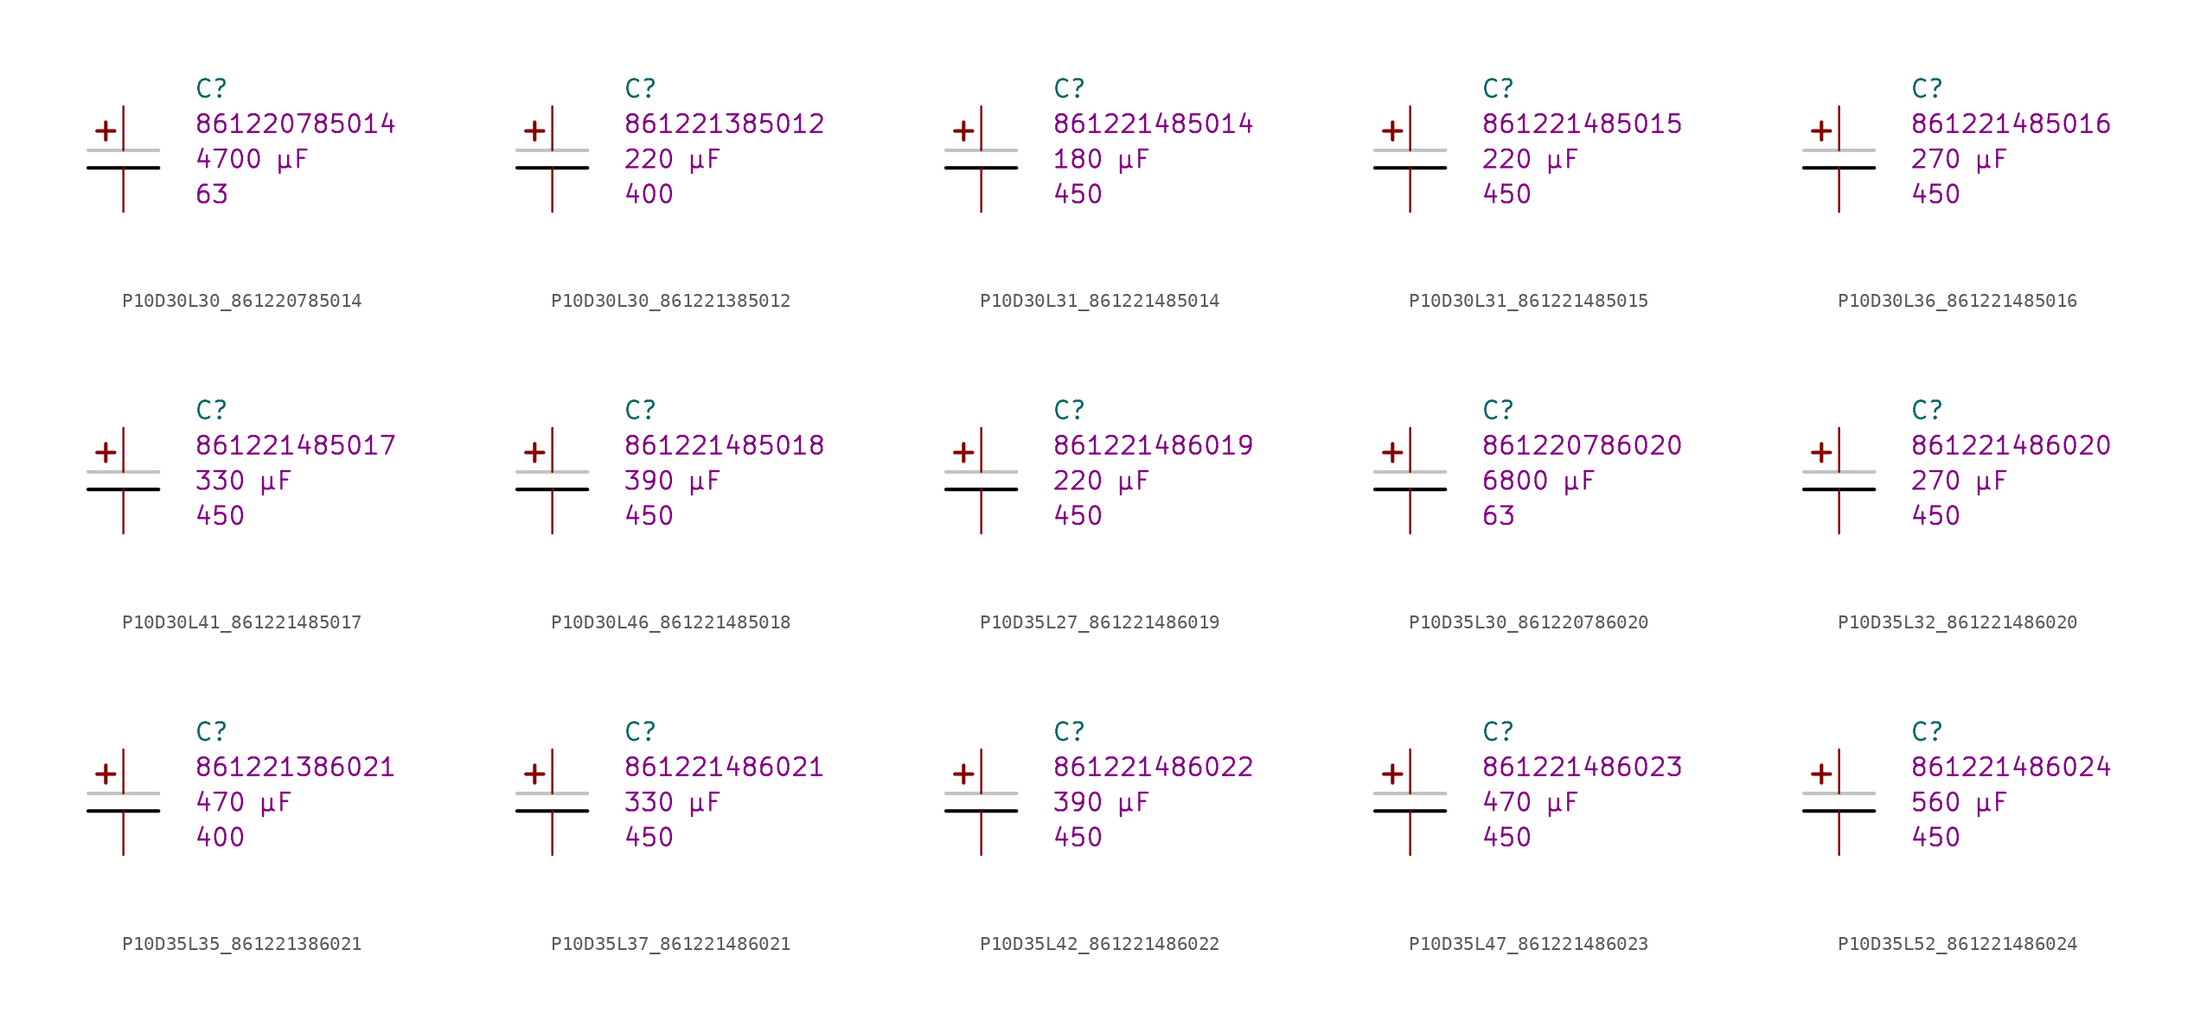
<source format=kicad_sym>
(kicad_symbol_lib
  (version 20220914)
  (generator kicad_symbol_editor)
  (symbol "P10D30L30_861220785014"
    (pin_numbers hide)
    (pin_names hide)
    (property "Reference" "C"
      (at 5.08 5.08 0)
      (effects (font (size 1.27 1.27)) (justify left)))
    (property "Part Number" "861220785014"
      (at 5.08 2.54 0)
      (effects (font (size 1.27 1.27)) (justify left)))
    (property "Capacitance" "4700 µF"
      (at 5.08 0 0)
      (effects (font (size 1.27 1.27)) (justify left)))
    (property "Voltage" "63"
      (at 5.08 -2.54 0)
      (effects (font (size 1.27 1.27)) (justify left)))
    (property "Critical Parameter" ""
      (at 0 -7.62 0)
      (effects (font (size 1.27 1.27))))
    (symbol "P10D30L30_861220785014_1_1"
      (polyline (pts (xy -1.27 2.667) (xy -1.27 1.397)) (stroke (width 0.254) (type default)) (fill (type none)))
      (polyline (pts (xy -0.635 2.032) (xy -1.905 2.032)) (stroke (width 0.254) (type default)) (fill (type none)))
      (polyline (pts (xy 2.54 -0.635) (xy -2.54 -0.635)) (stroke (width 0.254) (type default) (color 0 0 0 1)) (fill (type none)))
      (polyline (pts (xy 2.54 0.635) (xy -2.54 0.635)) (stroke (width 0.254) (type default) (color 194 194 194 1)) (fill (type none)))
      (pin passive line (at 0 3.81 270) (length 3.175) (name "1" (effects (font (size 1.27 1.27)))) (number "1" (effects (font (size 1.27 1.27)))))
      (pin passive line (at 0 -3.81 90) (length 3.175) (name "2" (effects (font (size 1.27 1.27)))) (number "2" (effects (font (size 1.27 1.27)))))))
  (symbol "P10D30L30_861221385012"
    (pin_numbers hide)
    (pin_names hide)
    (property "Reference" "C"
      (at 5.08 5.08 0)
      (effects (font (size 1.27 1.27)) (justify left)))
    (property "Part Number" "861221385012"
      (at 5.08 2.54 0)
      (effects (font (size 1.27 1.27)) (justify left)))
    (property "Capacitance" "220 µF"
      (at 5.08 0 0)
      (effects (font (size 1.27 1.27)) (justify left)))
    (property "Voltage" "400"
      (at 5.08 -2.54 0)
      (effects (font (size 1.27 1.27)) (justify left)))
    (property "Critical Parameter" ""
      (at 0 -7.62 0)
      (effects (font (size 1.27 1.27))))
    (symbol "P10D30L30_861221385012_1_1"
      (polyline (pts (xy -1.27 2.667) (xy -1.27 1.397)) (stroke (width 0.254) (type default)) (fill (type none)))
      (polyline (pts (xy -0.635 2.032) (xy -1.905 2.032)) (stroke (width 0.254) (type default)) (fill (type none)))
      (polyline (pts (xy 2.54 -0.635) (xy -2.54 -0.635)) (stroke (width 0.254) (type default) (color 0 0 0 1)) (fill (type none)))
      (polyline (pts (xy 2.54 0.635) (xy -2.54 0.635)) (stroke (width 0.254) (type default) (color 194 194 194 1)) (fill (type none)))
      (pin passive line (at 0 3.81 270) (length 3.175) (name "1" (effects (font (size 1.27 1.27)))) (number "1" (effects (font (size 1.27 1.27)))))
      (pin passive line (at 0 -3.81 90) (length 3.175) (name "2" (effects (font (size 1.27 1.27)))) (number "2" (effects (font (size 1.27 1.27)))))))
  (symbol "P10D30L31_861221485014"
    (pin_numbers hide)
    (pin_names hide)
    (property "Reference" "C"
      (at 5.08 5.08 0)
      (effects (font (size 1.27 1.27)) (justify left)))
    (property "Part Number" "861221485014"
      (at 5.08 2.54 0)
      (effects (font (size 1.27 1.27)) (justify left)))
    (property "Capacitance" "180 µF"
      (at 5.08 0 0)
      (effects (font (size 1.27 1.27)) (justify left)))
    (property "Voltage" "450"
      (at 5.08 -2.54 0)
      (effects (font (size 1.27 1.27)) (justify left)))
    (property "Critical Parameter" ""
      (at 0 -7.62 0)
      (effects (font (size 1.27 1.27))))
    (symbol "P10D30L31_861221485014_1_1"
      (polyline (pts (xy -1.27 2.667) (xy -1.27 1.397)) (stroke (width 0.254) (type default)) (fill (type none)))
      (polyline (pts (xy -0.635 2.032) (xy -1.905 2.032)) (stroke (width 0.254) (type default)) (fill (type none)))
      (polyline (pts (xy 2.54 -0.635) (xy -2.54 -0.635)) (stroke (width 0.254) (type default) (color 0 0 0 1)) (fill (type none)))
      (polyline (pts (xy 2.54 0.635) (xy -2.54 0.635)) (stroke (width 0.254) (type default) (color 194 194 194 1)) (fill (type none)))
      (pin passive line (at 0 3.81 270) (length 3.175) (name "1" (effects (font (size 1.27 1.27)))) (number "1" (effects (font (size 1.27 1.27)))))
      (pin passive line (at 0 -3.81 90) (length 3.175) (name "2" (effects (font (size 1.27 1.27)))) (number "2" (effects (font (size 1.27 1.27)))))))
  (symbol "P10D30L31_861221485015"
    (pin_numbers hide)
    (pin_names hide)
    (property "Reference" "C"
      (at 5.08 5.08 0)
      (effects (font (size 1.27 1.27)) (justify left)))
    (property "Part Number" "861221485015"
      (at 5.08 2.54 0)
      (effects (font (size 1.27 1.27)) (justify left)))
    (property "Capacitance" "220 µF"
      (at 5.08 0 0)
      (effects (font (size 1.27 1.27)) (justify left)))
    (property "Voltage" "450"
      (at 5.08 -2.54 0)
      (effects (font (size 1.27 1.27)) (justify left)))
    (property "Critical Parameter" ""
      (at 0 -7.62 0)
      (effects (font (size 1.27 1.27))))
    (symbol "P10D30L31_861221485015_1_1"
      (polyline (pts (xy -1.27 2.667) (xy -1.27 1.397)) (stroke (width 0.254) (type default)) (fill (type none)))
      (polyline (pts (xy -0.635 2.032) (xy -1.905 2.032)) (stroke (width 0.254) (type default)) (fill (type none)))
      (polyline (pts (xy 2.54 -0.635) (xy -2.54 -0.635)) (stroke (width 0.254) (type default) (color 0 0 0 1)) (fill (type none)))
      (polyline (pts (xy 2.54 0.635) (xy -2.54 0.635)) (stroke (width 0.254) (type default) (color 194 194 194 1)) (fill (type none)))
      (pin passive line (at 0 3.81 270) (length 3.175) (name "1" (effects (font (size 1.27 1.27)))) (number "1" (effects (font (size 1.27 1.27)))))
      (pin passive line (at 0 -3.81 90) (length 3.175) (name "2" (effects (font (size 1.27 1.27)))) (number "2" (effects (font (size 1.27 1.27)))))))
  (symbol "P10D30L36_861221485016"
    (pin_numbers hide)
    (pin_names hide)
    (property "Reference" "C"
      (at 5.08 5.08 0)
      (effects (font (size 1.27 1.27)) (justify left)))
    (property "Part Number" "861221485016"
      (at 5.08 2.54 0)
      (effects (font (size 1.27 1.27)) (justify left)))
    (property "Capacitance" "270 µF"
      (at 5.08 0 0)
      (effects (font (size 1.27 1.27)) (justify left)))
    (property "Voltage" "450"
      (at 5.08 -2.54 0)
      (effects (font (size 1.27 1.27)) (justify left)))
    (property "Critical Parameter" ""
      (at 0 -7.62 0)
      (effects (font (size 1.27 1.27))))
    (symbol "P10D30L36_861221485016_1_1"
      (polyline (pts (xy -1.27 2.667) (xy -1.27 1.397)) (stroke (width 0.254) (type default)) (fill (type none)))
      (polyline (pts (xy -0.635 2.032) (xy -1.905 2.032)) (stroke (width 0.254) (type default)) (fill (type none)))
      (polyline (pts (xy 2.54 -0.635) (xy -2.54 -0.635)) (stroke (width 0.254) (type default) (color 0 0 0 1)) (fill (type none)))
      (polyline (pts (xy 2.54 0.635) (xy -2.54 0.635)) (stroke (width 0.254) (type default) (color 194 194 194 1)) (fill (type none)))
      (pin passive line (at 0 3.81 270) (length 3.175) (name "1" (effects (font (size 1.27 1.27)))) (number "1" (effects (font (size 1.27 1.27)))))
      (pin passive line (at 0 -3.81 90) (length 3.175) (name "2" (effects (font (size 1.27 1.27)))) (number "2" (effects (font (size 1.27 1.27)))))))
  (symbol "P10D30L41_861221485017"
    (pin_numbers hide)
    (pin_names hide)
    (property "Reference" "C"
      (at 5.08 5.08 0)
      (effects (font (size 1.27 1.27)) (justify left)))
    (property "Part Number" "861221485017"
      (at 5.08 2.54 0)
      (effects (font (size 1.27 1.27)) (justify left)))
    (property "Capacitance" "330 µF"
      (at 5.08 0 0)
      (effects (font (size 1.27 1.27)) (justify left)))
    (property "Voltage" "450"
      (at 5.08 -2.54 0)
      (effects (font (size 1.27 1.27)) (justify left)))
    (property "Critical Parameter" ""
      (at 0 -7.62 0)
      (effects (font (size 1.27 1.27))))
    (symbol "P10D30L41_861221485017_1_1"
      (polyline (pts (xy -1.27 2.667) (xy -1.27 1.397)) (stroke (width 0.254) (type default)) (fill (type none)))
      (polyline (pts (xy -0.635 2.032) (xy -1.905 2.032)) (stroke (width 0.254) (type default)) (fill (type none)))
      (polyline (pts (xy 2.54 -0.635) (xy -2.54 -0.635)) (stroke (width 0.254) (type default) (color 0 0 0 1)) (fill (type none)))
      (polyline (pts (xy 2.54 0.635) (xy -2.54 0.635)) (stroke (width 0.254) (type default) (color 194 194 194 1)) (fill (type none)))
      (pin passive line (at 0 3.81 270) (length 3.175) (name "1" (effects (font (size 1.27 1.27)))) (number "1" (effects (font (size 1.27 1.27)))))
      (pin passive line (at 0 -3.81 90) (length 3.175) (name "2" (effects (font (size 1.27 1.27)))) (number "2" (effects (font (size 1.27 1.27)))))))
  (symbol "P10D30L46_861221485018"
    (pin_numbers hide)
    (pin_names hide)
    (property "Reference" "C"
      (at 5.08 5.08 0)
      (effects (font (size 1.27 1.27)) (justify left)))
    (property "Part Number" "861221485018"
      (at 5.08 2.54 0)
      (effects (font (size 1.27 1.27)) (justify left)))
    (property "Capacitance" "390 µF"
      (at 5.08 0 0)
      (effects (font (size 1.27 1.27)) (justify left)))
    (property "Voltage" "450"
      (at 5.08 -2.54 0)
      (effects (font (size 1.27 1.27)) (justify left)))
    (property "Critical Parameter" ""
      (at 0 -7.62 0)
      (effects (font (size 1.27 1.27))))
    (symbol "P10D30L46_861221485018_1_1"
      (polyline (pts (xy -1.27 2.667) (xy -1.27 1.397)) (stroke (width 0.254) (type default)) (fill (type none)))
      (polyline (pts (xy -0.635 2.032) (xy -1.905 2.032)) (stroke (width 0.254) (type default)) (fill (type none)))
      (polyline (pts (xy 2.54 -0.635) (xy -2.54 -0.635)) (stroke (width 0.254) (type default) (color 0 0 0 1)) (fill (type none)))
      (polyline (pts (xy 2.54 0.635) (xy -2.54 0.635)) (stroke (width 0.254) (type default) (color 194 194 194 1)) (fill (type none)))
      (pin passive line (at 0 3.81 270) (length 3.175) (name "1" (effects (font (size 1.27 1.27)))) (number "1" (effects (font (size 1.27 1.27)))))
      (pin passive line (at 0 -3.81 90) (length 3.175) (name "2" (effects (font (size 1.27 1.27)))) (number "2" (effects (font (size 1.27 1.27)))))))
  (symbol "P10D35L27_861221486019"
    (pin_numbers hide)
    (pin_names hide)
    (property "Reference" "C"
      (at 5.08 5.08 0)
      (effects (font (size 1.27 1.27)) (justify left)))
    (property "Part Number" "861221486019"
      (at 5.08 2.54 0)
      (effects (font (size 1.27 1.27)) (justify left)))
    (property "Capacitance" "220 µF"
      (at 5.08 0 0)
      (effects (font (size 1.27 1.27)) (justify left)))
    (property "Voltage" "450"
      (at 5.08 -2.54 0)
      (effects (font (size 1.27 1.27)) (justify left)))
    (property "Critical Parameter" ""
      (at 0 -7.62 0)
      (effects (font (size 1.27 1.27))))
    (symbol "P10D35L27_861221486019_1_1"
      (polyline (pts (xy -1.27 2.667) (xy -1.27 1.397)) (stroke (width 0.254) (type default)) (fill (type none)))
      (polyline (pts (xy -0.635 2.032) (xy -1.905 2.032)) (stroke (width 0.254) (type default)) (fill (type none)))
      (polyline (pts (xy 2.54 -0.635) (xy -2.54 -0.635)) (stroke (width 0.254) (type default) (color 0 0 0 1)) (fill (type none)))
      (polyline (pts (xy 2.54 0.635) (xy -2.54 0.635)) (stroke (width 0.254) (type default) (color 194 194 194 1)) (fill (type none)))
      (pin passive line (at 0 3.81 270) (length 3.175) (name "1" (effects (font (size 1.27 1.27)))) (number "1" (effects (font (size 1.27 1.27)))))
      (pin passive line (at 0 -3.81 90) (length 3.175) (name "2" (effects (font (size 1.27 1.27)))) (number "2" (effects (font (size 1.27 1.27)))))))
  (symbol "P10D35L30_861220786020"
    (pin_numbers hide)
    (pin_names hide)
    (property "Reference" "C"
      (at 5.08 5.08 0)
      (effects (font (size 1.27 1.27)) (justify left)))
    (property "Part Number" "861220786020"
      (at 5.08 2.54 0)
      (effects (font (size 1.27 1.27)) (justify left)))
    (property "Capacitance" "6800 µF"
      (at 5.08 0 0)
      (effects (font (size 1.27 1.27)) (justify left)))
    (property "Voltage" "63"
      (at 5.08 -2.54 0)
      (effects (font (size 1.27 1.27)) (justify left)))
    (property "Critical Parameter" ""
      (at 0 -7.62 0)
      (effects (font (size 1.27 1.27))))
    (symbol "P10D35L30_861220786020_1_1"
      (polyline (pts (xy -1.27 2.667) (xy -1.27 1.397)) (stroke (width 0.254) (type default)) (fill (type none)))
      (polyline (pts (xy -0.635 2.032) (xy -1.905 2.032)) (stroke (width 0.254) (type default)) (fill (type none)))
      (polyline (pts (xy 2.54 -0.635) (xy -2.54 -0.635)) (stroke (width 0.254) (type default) (color 0 0 0 1)) (fill (type none)))
      (polyline (pts (xy 2.54 0.635) (xy -2.54 0.635)) (stroke (width 0.254) (type default) (color 194 194 194 1)) (fill (type none)))
      (pin passive line (at 0 3.81 270) (length 3.175) (name "1" (effects (font (size 1.27 1.27)))) (number "1" (effects (font (size 1.27 1.27)))))
      (pin passive line (at 0 -3.81 90) (length 3.175) (name "2" (effects (font (size 1.27 1.27)))) (number "2" (effects (font (size 1.27 1.27)))))))
  (symbol "P10D35L32_861221486020"
    (pin_numbers hide)
    (pin_names hide)
    (property "Reference" "C"
      (at 5.08 5.08 0)
      (effects (font (size 1.27 1.27)) (justify left)))
    (property "Part Number" "861221486020"
      (at 5.08 2.54 0)
      (effects (font (size 1.27 1.27)) (justify left)))
    (property "Capacitance" "270 µF"
      (at 5.08 0 0)
      (effects (font (size 1.27 1.27)) (justify left)))
    (property "Voltage" "450"
      (at 5.08 -2.54 0)
      (effects (font (size 1.27 1.27)) (justify left)))
    (property "Critical Parameter" ""
      (at 0 -7.62 0)
      (effects (font (size 1.27 1.27))))
    (symbol "P10D35L32_861221486020_1_1"
      (polyline (pts (xy -1.27 2.667) (xy -1.27 1.397)) (stroke (width 0.254) (type default)) (fill (type none)))
      (polyline (pts (xy -0.635 2.032) (xy -1.905 2.032)) (stroke (width 0.254) (type default)) (fill (type none)))
      (polyline (pts (xy 2.54 -0.635) (xy -2.54 -0.635)) (stroke (width 0.254) (type default) (color 0 0 0 1)) (fill (type none)))
      (polyline (pts (xy 2.54 0.635) (xy -2.54 0.635)) (stroke (width 0.254) (type default) (color 194 194 194 1)) (fill (type none)))
      (pin passive line (at 0 3.81 270) (length 3.175) (name "1" (effects (font (size 1.27 1.27)))) (number "1" (effects (font (size 1.27 1.27)))))
      (pin passive line (at 0 -3.81 90) (length 3.175) (name "2" (effects (font (size 1.27 1.27)))) (number "2" (effects (font (size 1.27 1.27)))))))
  (symbol "P10D35L35_861221386021"
    (pin_numbers hide)
    (pin_names hide)
    (property "Reference" "C"
      (at 5.08 5.08 0)
      (effects (font (size 1.27 1.27)) (justify left)))
    (property "Part Number" "861221386021"
      (at 5.08 2.54 0)
      (effects (font (size 1.27 1.27)) (justify left)))
    (property "Capacitance" "470 µF"
      (at 5.08 0 0)
      (effects (font (size 1.27 1.27)) (justify left)))
    (property "Voltage" "400"
      (at 5.08 -2.54 0)
      (effects (font (size 1.27 1.27)) (justify left)))
    (property "Critical Parameter" ""
      (at 0 -7.62 0)
      (effects (font (size 1.27 1.27))))
    (symbol "P10D35L35_861221386021_1_1"
      (polyline (pts (xy -1.27 2.667) (xy -1.27 1.397)) (stroke (width 0.254) (type default)) (fill (type none)))
      (polyline (pts (xy -0.635 2.032) (xy -1.905 2.032)) (stroke (width 0.254) (type default)) (fill (type none)))
      (polyline (pts (xy 2.54 -0.635) (xy -2.54 -0.635)) (stroke (width 0.254) (type default) (color 0 0 0 1)) (fill (type none)))
      (polyline (pts (xy 2.54 0.635) (xy -2.54 0.635)) (stroke (width 0.254) (type default) (color 194 194 194 1)) (fill (type none)))
      (pin passive line (at 0 3.81 270) (length 3.175) (name "1" (effects (font (size 1.27 1.27)))) (number "1" (effects (font (size 1.27 1.27)))))
      (pin passive line (at 0 -3.81 90) (length 3.175) (name "2" (effects (font (size 1.27 1.27)))) (number "2" (effects (font (size 1.27 1.27)))))))
  (symbol "P10D35L37_861221486021"
    (pin_numbers hide)
    (pin_names hide)
    (property "Reference" "C"
      (at 5.08 5.08 0)
      (effects (font (size 1.27 1.27)) (justify left)))
    (property "Part Number" "861221486021"
      (at 5.08 2.54 0)
      (effects (font (size 1.27 1.27)) (justify left)))
    (property "Capacitance" "330 µF"
      (at 5.08 0 0)
      (effects (font (size 1.27 1.27)) (justify left)))
    (property "Voltage" "450"
      (at 5.08 -2.54 0)
      (effects (font (size 1.27 1.27)) (justify left)))
    (property "Critical Parameter" ""
      (at 0 -7.62 0)
      (effects (font (size 1.27 1.27))))
    (symbol "P10D35L37_861221486021_1_1"
      (polyline (pts (xy -1.27 2.667) (xy -1.27 1.397)) (stroke (width 0.254) (type default)) (fill (type none)))
      (polyline (pts (xy -0.635 2.032) (xy -1.905 2.032)) (stroke (width 0.254) (type default)) (fill (type none)))
      (polyline (pts (xy 2.54 -0.635) (xy -2.54 -0.635)) (stroke (width 0.254) (type default) (color 0 0 0 1)) (fill (type none)))
      (polyline (pts (xy 2.54 0.635) (xy -2.54 0.635)) (stroke (width 0.254) (type default) (color 194 194 194 1)) (fill (type none)))
      (pin passive line (at 0 3.81 270) (length 3.175) (name "1" (effects (font (size 1.27 1.27)))) (number "1" (effects (font (size 1.27 1.27)))))
      (pin passive line (at 0 -3.81 90) (length 3.175) (name "2" (effects (font (size 1.27 1.27)))) (number "2" (effects (font (size 1.27 1.27)))))))
  (symbol "P10D35L42_861221486022"
    (pin_numbers hide)
    (pin_names hide)
    (property "Reference" "C"
      (at 5.08 5.08 0)
      (effects (font (size 1.27 1.27)) (justify left)))
    (property "Part Number" "861221486022"
      (at 5.08 2.54 0)
      (effects (font (size 1.27 1.27)) (justify left)))
    (property "Capacitance" "390 µF"
      (at 5.08 0 0)
      (effects (font (size 1.27 1.27)) (justify left)))
    (property "Voltage" "450"
      (at 5.08 -2.54 0)
      (effects (font (size 1.27 1.27)) (justify left)))
    (property "Critical Parameter" ""
      (at 0 -7.62 0)
      (effects (font (size 1.27 1.27))))
    (symbol "P10D35L42_861221486022_1_1"
      (polyline (pts (xy -1.27 2.667) (xy -1.27 1.397)) (stroke (width 0.254) (type default)) (fill (type none)))
      (polyline (pts (xy -0.635 2.032) (xy -1.905 2.032)) (stroke (width 0.254) (type default)) (fill (type none)))
      (polyline (pts (xy 2.54 -0.635) (xy -2.54 -0.635)) (stroke (width 0.254) (type default) (color 0 0 0 1)) (fill (type none)))
      (polyline (pts (xy 2.54 0.635) (xy -2.54 0.635)) (stroke (width 0.254) (type default) (color 194 194 194 1)) (fill (type none)))
      (pin passive line (at 0 3.81 270) (length 3.175) (name "1" (effects (font (size 1.27 1.27)))) (number "1" (effects (font (size 1.27 1.27)))))
      (pin passive line (at 0 -3.81 90) (length 3.175) (name "2" (effects (font (size 1.27 1.27)))) (number "2" (effects (font (size 1.27 1.27)))))))
  (symbol "P10D35L47_861221486023"
    (pin_numbers hide)
    (pin_names hide)
    (property "Reference" "C"
      (at 5.08 5.08 0)
      (effects (font (size 1.27 1.27)) (justify left)))
    (property "Part Number" "861221486023"
      (at 5.08 2.54 0)
      (effects (font (size 1.27 1.27)) (justify left)))
    (property "Capacitance" "470 µF"
      (at 5.08 0 0)
      (effects (font (size 1.27 1.27)) (justify left)))
    (property "Voltage" "450"
      (at 5.08 -2.54 0)
      (effects (font (size 1.27 1.27)) (justify left)))
    (property "Critical Parameter" ""
      (at 0 -7.62 0)
      (effects (font (size 1.27 1.27))))
    (symbol "P10D35L47_861221486023_1_1"
      (polyline (pts (xy -1.27 2.667) (xy -1.27 1.397)) (stroke (width 0.254) (type default)) (fill (type none)))
      (polyline (pts (xy -0.635 2.032) (xy -1.905 2.032)) (stroke (width 0.254) (type default)) (fill (type none)))
      (polyline (pts (xy 2.54 -0.635) (xy -2.54 -0.635)) (stroke (width 0.254) (type default) (color 0 0 0 1)) (fill (type none)))
      (polyline (pts (xy 2.54 0.635) (xy -2.54 0.635)) (stroke (width 0.254) (type default) (color 194 194 194 1)) (fill (type none)))
      (pin passive line (at 0 3.81 270) (length 3.175) (name "1" (effects (font (size 1.27 1.27)))) (number "1" (effects (font (size 1.27 1.27)))))
      (pin passive line (at 0 -3.81 90) (length 3.175) (name "2" (effects (font (size 1.27 1.27)))) (number "2" (effects (font (size 1.27 1.27)))))))
  (symbol "P10D35L52_861221486024"
    (pin_numbers hide)
    (pin_names hide)
    (property "Reference" "C"
      (at 5.08 5.08 0)
      (effects (font (size 1.27 1.27)) (justify left)))
    (property "Part Number" "861221486024"
      (at 5.08 2.54 0)
      (effects (font (size 1.27 1.27)) (justify left)))
    (property "Capacitance" "560 µF"
      (at 5.08 0 0)
      (effects (font (size 1.27 1.27)) (justify left)))
    (property "Voltage" "450"
      (at 5.08 -2.54 0)
      (effects (font (size 1.27 1.27)) (justify left)))
    (property "Critical Parameter" ""
      (at 0 -7.62 0)
      (effects (font (size 1.27 1.27))))
    (symbol "P10D35L52_861221486024_1_1"
      (polyline (pts (xy -1.27 2.667) (xy -1.27 1.397)) (stroke (width 0.254) (type default)) (fill (type none)))
      (polyline (pts (xy -0.635 2.032) (xy -1.905 2.032)) (stroke (width 0.254) (type default)) (fill (type none)))
      (polyline (pts (xy 2.54 -0.635) (xy -2.54 -0.635)) (stroke (width 0.254) (type default) (color 0 0 0 1)) (fill (type none)))
      (polyline (pts (xy 2.54 0.635) (xy -2.54 0.635)) (stroke (width 0.254) (type default) (color 194 194 194 1)) (fill (type none)))
      (pin passive line (at 0 3.81 270) (length 3.175) (name "1" (effects (font (size 1.27 1.27)))) (number "1" (effects (font (size 1.27 1.27)))))
      (pin passive line (at 0 -3.81 90) (length 3.175) (name "2" (effects (font (size 1.27 1.27)))) (number "2" (effects (font (size 1.27 1.27))))))))
</source>
